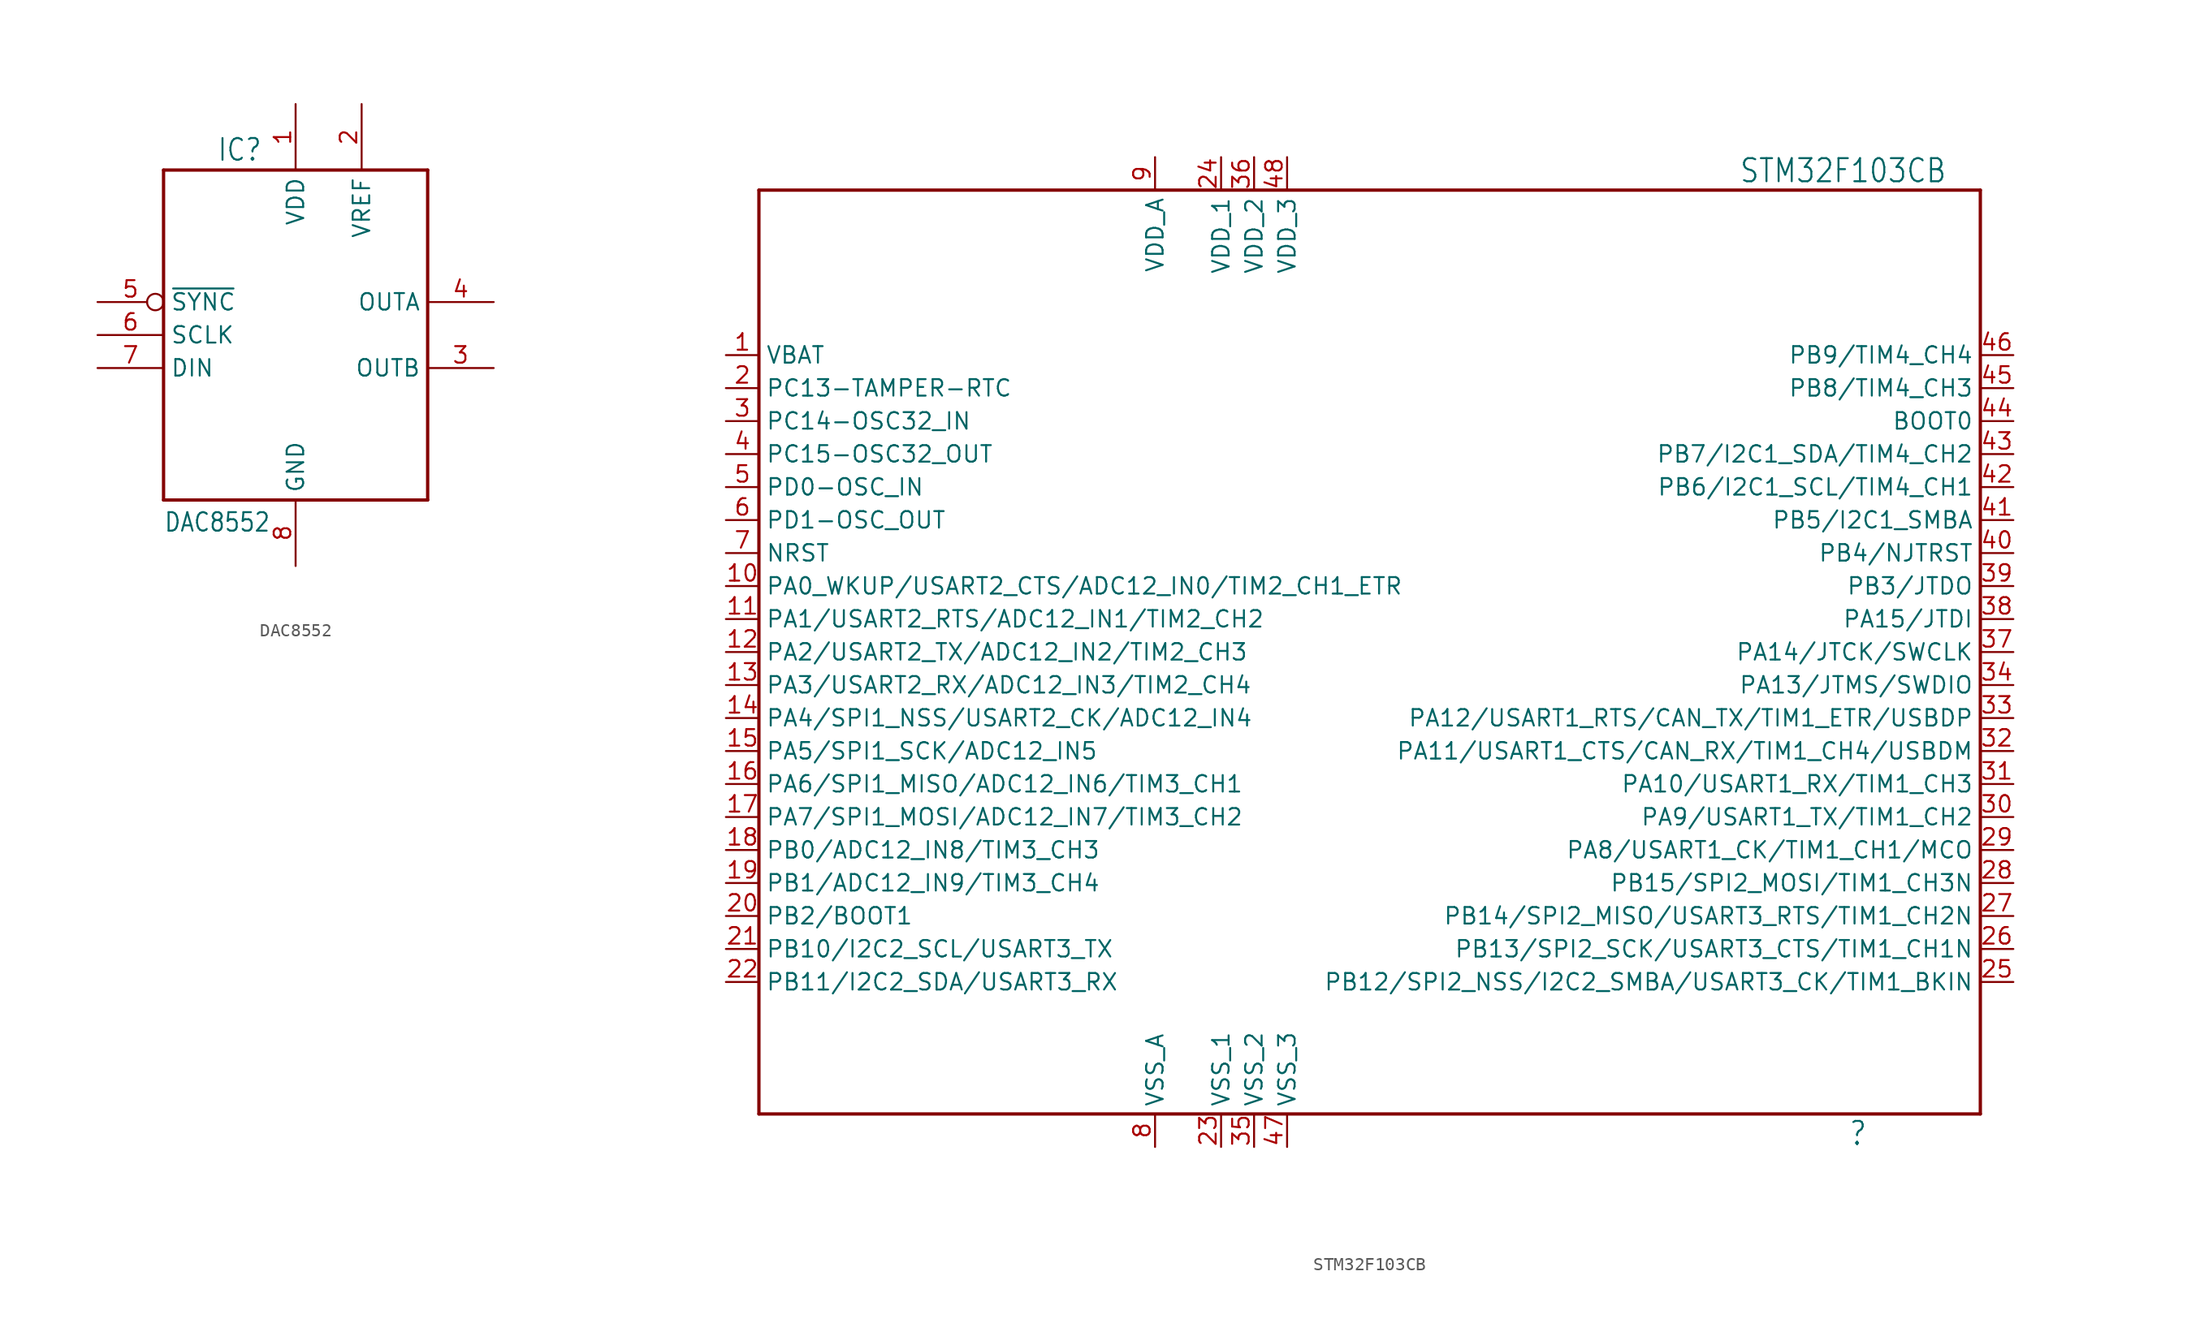
<source format=kicad_sym>
(kicad_symbol_lib
  (version 20211014)
  (generator kicad_symbol_editor)
  (symbol "DAC8552"
    (property "Reference" "IC"
      (at -2.54 15.24 0)
      (effects (font (size 1.676 1.425)) (justify right top)))
    (property "Value" "DAC8552"
      (at -10.16 -15.24 0)
      (effects (font (size 1.422 1.209)) (justify left bottom)))
    (property "ki_locked" ""
      (at 0 0 0)
      (effects (font (size 1.27 1.27))))
    (symbol "DAC8552_1_0"
      (polyline (pts (xy -10.16 -12.7) (xy -10.16 12.7)) (stroke (width 0.254) (type default) (color 0 0 0 0)) (fill (type none)))
      (polyline (pts (xy -10.16 12.7) (xy 10.16 12.7)) (stroke (width 0.254) (type default) (color 0 0 0 0)) (fill (type none)))
      (polyline (pts (xy 10.16 -12.7) (xy -10.16 -12.7)) (stroke (width 0.254) (type default) (color 0 0 0 0)) (fill (type none)))
      (polyline (pts (xy 10.16 12.7) (xy 10.16 -12.7)) (stroke (width 0.254) (type default) (color 0 0 0 0)) (fill (type none)))
      (pin power_in line (at 0 17.78 270) (length 5.08) (name "VDD" (effects (font (size 1.27 1.27)))) (number "1" (effects (font (size 1.27 1.27)))))
      (pin power_in line (at 5.08 17.78 270) (length 5.08) (name "VREF" (effects (font (size 1.27 1.27)))) (number "2" (effects (font (size 1.27 1.27)))))
      (pin input line (at 15.24 -2.54 180) (length 5.08) (name "OUTB" (effects (font (size 1.27 1.27)))) (number "3" (effects (font (size 1.27 1.27)))))
      (pin output line (at 15.24 2.54 180) (length 5.08) (name "OUTA" (effects (font (size 1.27 1.27)))) (number "4" (effects (font (size 1.27 1.27)))))
      (pin bidirectional inverted (at -15.24 2.54 0) (length 5.08) (name "~{SYNC}" (effects (font (size 1.27 1.27)))) (number "5" (effects (font (size 1.27 1.27)))))
      (pin bidirectional line (at -15.24 0 0) (length 5.08) (name "SCLK" (effects (font (size 1.27 1.27)))) (number "6" (effects (font (size 1.27 1.27)))))
      (pin bidirectional line (at -15.24 -2.54 0) (length 5.08) (name "DIN" (effects (font (size 1.27 1.27)))) (number "7" (effects (font (size 1.27 1.27)))))
      (pin power_in line (at 0 -17.78 90) (length 5.08) (name "GND" (effects (font (size 1.27 1.27)))) (number "8" (effects (font (size 1.27 1.27)))))))
  (symbol "STM32F103CB"
    (property "Reference" ""
      (at 38.1 -38.1 0)
      (effects (font (size 1.778 1.511)) (justify left bottom)))
    (property "Value" "STM32F103CB"
      (at 45.72 38.1 0)
      (effects (font (size 1.778 1.511)) (justify right top)))
    (property "ki_locked" ""
      (at 0 0 0)
      (effects (font (size 1.27 1.27))))
    (symbol "STM32F103CB_1_0"
      (polyline (pts (xy -45.72 -35.56) (xy 48.26 -35.56)) (stroke (width 0.254) (type default) (color 0 0 0 0)) (fill (type none)))
      (polyline (pts (xy -45.72 35.56) (xy -45.72 -35.56)) (stroke (width 0.254) (type default) (color 0 0 0 0)) (fill (type none)))
      (polyline (pts (xy 48.26 -35.56) (xy 48.26 35.56)) (stroke (width 0.254) (type default) (color 0 0 0 0)) (fill (type none)))
      (polyline (pts (xy 48.26 35.56) (xy -45.72 35.56)) (stroke (width 0.254) (type default) (color 0 0 0 0)) (fill (type none)))
      (pin power_in line (at -48.26 22.86 0) (length 2.54) (name "VBAT" (effects (font (size 1.27 1.27)))) (number "1" (effects (font (size 1.27 1.27)))))
      (pin bidirectional line (at -48.26 5.08 0) (length 2.54) (name "PA0_WKUP/USART2_CTS/ADC12_IN0/TIM2_CH1_ETR" (effects (font (size 1.27 1.27)))) (number "10" (effects (font (size 1.27 1.27)))))
      (pin bidirectional line (at -48.26 2.54 0) (length 2.54) (name "PA1/USART2_RTS/ADC12_IN1/TIM2_CH2" (effects (font (size 1.27 1.27)))) (number "11" (effects (font (size 1.27 1.27)))))
      (pin bidirectional line (at -48.26 0 0) (length 2.54) (name "PA2/USART2_TX/ADC12_IN2/TIM2_CH3" (effects (font (size 1.27 1.27)))) (number "12" (effects (font (size 1.27 1.27)))))
      (pin bidirectional line (at -48.26 -2.54 0) (length 2.54) (name "PA3/USART2_RX/ADC12_IN3/TIM2_CH4" (effects (font (size 1.27 1.27)))) (number "13" (effects (font (size 1.27 1.27)))))
      (pin bidirectional line (at -48.26 -5.08 0) (length 2.54) (name "PA4/SPI1_NSS/USART2_CK/ADC12_IN4" (effects (font (size 1.27 1.27)))) (number "14" (effects (font (size 1.27 1.27)))))
      (pin bidirectional line (at -48.26 -7.62 0) (length 2.54) (name "PA5/SPI1_SCK/ADC12_IN5" (effects (font (size 1.27 1.27)))) (number "15" (effects (font (size 1.27 1.27)))))
      (pin bidirectional line (at -48.26 -10.16 0) (length 2.54) (name "PA6/SPI1_MISO/ADC12_IN6/TIM3_CH1" (effects (font (size 1.27 1.27)))) (number "16" (effects (font (size 1.27 1.27)))))
      (pin bidirectional line (at -48.26 -12.7 0) (length 2.54) (name "PA7/SPI1_MOSI/ADC12_IN7/TIM3_CH2" (effects (font (size 1.27 1.27)))) (number "17" (effects (font (size 1.27 1.27)))))
      (pin bidirectional line (at -48.26 -15.24 0) (length 2.54) (name "PB0/ADC12_IN8/TIM3_CH3" (effects (font (size 1.27 1.27)))) (number "18" (effects (font (size 1.27 1.27)))))
      (pin bidirectional line (at -48.26 -17.78 0) (length 2.54) (name "PB1/ADC12_IN9/TIM3_CH4" (effects (font (size 1.27 1.27)))) (number "19" (effects (font (size 1.27 1.27)))))
      (pin input line (at -48.26 20.32 0) (length 2.54) (name "PC13-TAMPER-RTC" (effects (font (size 1.27 1.27)))) (number "2" (effects (font (size 1.27 1.27)))))
      (pin bidirectional line (at -48.26 -20.32 0) (length 2.54) (name "PB2/BOOT1" (effects (font (size 1.27 1.27)))) (number "20" (effects (font (size 1.27 1.27)))))
      (pin input line (at -48.26 -22.86 0) (length 2.54) (name "PB10/I2C2_SCL/USART3_TX" (effects (font (size 1.27 1.27)))) (number "21" (effects (font (size 1.27 1.27)))))
      (pin input line (at -48.26 -25.4 0) (length 2.54) (name "PB11/I2C2_SDA/USART3_RX" (effects (font (size 1.27 1.27)))) (number "22" (effects (font (size 1.27 1.27)))))
      (pin power_in line (at -10.16 -38.1 90) (length 2.54) (name "VSS_1" (effects (font (size 1.27 1.27)))) (number "23" (effects (font (size 1.27 1.27)))))
      (pin power_in line (at -10.16 38.1 270) (length 2.54) (name "VDD_1" (effects (font (size 1.27 1.27)))) (number "24" (effects (font (size 1.27 1.27)))))
      (pin input line (at 50.8 -25.4 180) (length 2.54) (name "PB12/SPI2_NSS/I2C2_SMBA/USART3_CK/TIM1_BKIN" (effects (font (size 1.27 1.27)))) (number "25" (effects (font (size 1.27 1.27)))))
      (pin input line (at 50.8 -22.86 180) (length 2.54) (name "PB13/SPI2_SCK/USART3_CTS/TIM1_CH1N" (effects (font (size 1.27 1.27)))) (number "26" (effects (font (size 1.27 1.27)))))
      (pin input line (at 50.8 -20.32 180) (length 2.54) (name "PB14/SPI2_MISO/USART3_RTS/TIM1_CH2N" (effects (font (size 1.27 1.27)))) (number "27" (effects (font (size 1.27 1.27)))))
      (pin input line (at 50.8 -17.78 180) (length 2.54) (name "PB15/SPI2_MOSI/TIM1_CH3N" (effects (font (size 1.27 1.27)))) (number "28" (effects (font (size 1.27 1.27)))))
      (pin bidirectional line (at 50.8 -15.24 180) (length 2.54) (name "PA8/USART1_CK/TIM1_CH1/MCO" (effects (font (size 1.27 1.27)))) (number "29" (effects (font (size 1.27 1.27)))))
      (pin input line (at -48.26 17.78 0) (length 2.54) (name "PC14-OSC32_IN" (effects (font (size 1.27 1.27)))) (number "3" (effects (font (size 1.27 1.27)))))
      (pin input line (at 50.8 -12.7 180) (length 2.54) (name "PA9/USART1_TX/TIM1_CH2" (effects (font (size 1.27 1.27)))) (number "30" (effects (font (size 1.27 1.27)))))
      (pin bidirectional line (at 50.8 -10.16 180) (length 2.54) (name "PA10/USART1_RX/TIM1_CH3" (effects (font (size 1.27 1.27)))) (number "31" (effects (font (size 1.27 1.27)))))
      (pin bidirectional line (at 50.8 -7.62 180) (length 2.54) (name "PA11/USART1_CTS/CAN_RX/TIM1_CH4/USBDM" (effects (font (size 1.27 1.27)))) (number "32" (effects (font (size 1.27 1.27)))))
      (pin bidirectional line (at 50.8 -5.08 180) (length 2.54) (name "PA12/USART1_RTS/CAN_TX/TIM1_ETR/USBDP" (effects (font (size 1.27 1.27)))) (number "33" (effects (font (size 1.27 1.27)))))
      (pin bidirectional line (at 50.8 -2.54 180) (length 2.54) (name "PA13/JTMS/SWDIO" (effects (font (size 1.27 1.27)))) (number "34" (effects (font (size 1.27 1.27)))))
      (pin power_in line (at -7.62 -38.1 90) (length 2.54) (name "VSS_2" (effects (font (size 1.27 1.27)))) (number "35" (effects (font (size 1.27 1.27)))))
      (pin power_in line (at -7.62 38.1 270) (length 2.54) (name "VDD_2" (effects (font (size 1.27 1.27)))) (number "36" (effects (font (size 1.27 1.27)))))
      (pin bidirectional line (at 50.8 0 180) (length 2.54) (name "PA14/JTCK/SWCLK" (effects (font (size 1.27 1.27)))) (number "37" (effects (font (size 1.27 1.27)))))
      (pin bidirectional line (at 50.8 2.54 180) (length 2.54) (name "PA15/JTDI" (effects (font (size 1.27 1.27)))) (number "38" (effects (font (size 1.27 1.27)))))
      (pin bidirectional line (at 50.8 5.08 180) (length 2.54) (name "PB3/JTDO" (effects (font (size 1.27 1.27)))) (number "39" (effects (font (size 1.27 1.27)))))
      (pin input line (at -48.26 15.24 0) (length 2.54) (name "PC15-OSC32_OUT" (effects (font (size 1.27 1.27)))) (number "4" (effects (font (size 1.27 1.27)))))
      (pin bidirectional line (at 50.8 7.62 180) (length 2.54) (name "PB4/NJTRST" (effects (font (size 1.27 1.27)))) (number "40" (effects (font (size 1.27 1.27)))))
      (pin input line (at 50.8 10.16 180) (length 2.54) (name "PB5/I2C1_SMBA" (effects (font (size 1.27 1.27)))) (number "41" (effects (font (size 1.27 1.27)))))
      (pin input line (at 50.8 12.7 180) (length 2.54) (name "PB6/I2C1_SCL/TIM4_CH1" (effects (font (size 1.27 1.27)))) (number "42" (effects (font (size 1.27 1.27)))))
      (pin bidirectional line (at 50.8 15.24 180) (length 2.54) (name "PB7/I2C1_SDA/TIM4_CH2" (effects (font (size 1.27 1.27)))) (number "43" (effects (font (size 1.27 1.27)))))
      (pin input line (at 50.8 17.78 180) (length 2.54) (name "BOOT0" (effects (font (size 1.27 1.27)))) (number "44" (effects (font (size 1.27 1.27)))))
      (pin bidirectional line (at 50.8 20.32 180) (length 2.54) (name "PB8/TIM4_CH3" (effects (font (size 1.27 1.27)))) (number "45" (effects (font (size 1.27 1.27)))))
      (pin input line (at 50.8 22.86 180) (length 2.54) (name "PB9/TIM4_CH4" (effects (font (size 1.27 1.27)))) (number "46" (effects (font (size 1.27 1.27)))))
      (pin power_in line (at -5.08 -38.1 90) (length 2.54) (name "VSS_3" (effects (font (size 1.27 1.27)))) (number "47" (effects (font (size 1.27 1.27)))))
      (pin power_in line (at -5.08 38.1 270) (length 2.54) (name "VDD_3" (effects (font (size 1.27 1.27)))) (number "48" (effects (font (size 1.27 1.27)))))
      (pin input line (at -48.26 12.7 0) (length 2.54) (name "PD0-OSC_IN" (effects (font (size 1.27 1.27)))) (number "5" (effects (font (size 1.27 1.27)))))
      (pin input line (at -48.26 10.16 0) (length 2.54) (name "PD1-OSC_OUT" (effects (font (size 1.27 1.27)))) (number "6" (effects (font (size 1.27 1.27)))))
      (pin input line (at -48.26 7.62 0) (length 2.54) (name "NRST" (effects (font (size 1.27 1.27)))) (number "7" (effects (font (size 1.27 1.27)))))
      (pin power_in line (at -15.24 -38.1 90) (length 2.54) (name "VSS_A" (effects (font (size 1.27 1.27)))) (number "8" (effects (font (size 1.27 1.27)))))
      (pin power_in line (at -15.24 38.1 270) (length 2.54) (name "VDD_A" (effects (font (size 1.27 1.27)))) (number "9" (effects (font (size 1.27 1.27))))))))
</source>
